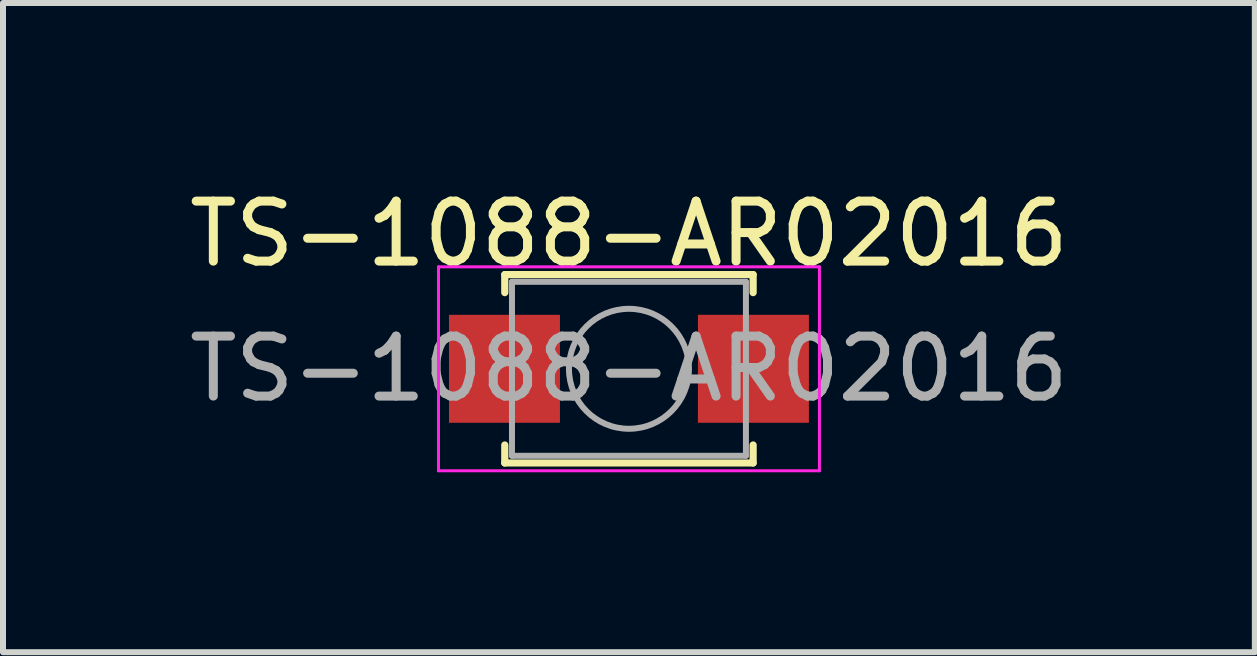
<source format=kicad_pcb>
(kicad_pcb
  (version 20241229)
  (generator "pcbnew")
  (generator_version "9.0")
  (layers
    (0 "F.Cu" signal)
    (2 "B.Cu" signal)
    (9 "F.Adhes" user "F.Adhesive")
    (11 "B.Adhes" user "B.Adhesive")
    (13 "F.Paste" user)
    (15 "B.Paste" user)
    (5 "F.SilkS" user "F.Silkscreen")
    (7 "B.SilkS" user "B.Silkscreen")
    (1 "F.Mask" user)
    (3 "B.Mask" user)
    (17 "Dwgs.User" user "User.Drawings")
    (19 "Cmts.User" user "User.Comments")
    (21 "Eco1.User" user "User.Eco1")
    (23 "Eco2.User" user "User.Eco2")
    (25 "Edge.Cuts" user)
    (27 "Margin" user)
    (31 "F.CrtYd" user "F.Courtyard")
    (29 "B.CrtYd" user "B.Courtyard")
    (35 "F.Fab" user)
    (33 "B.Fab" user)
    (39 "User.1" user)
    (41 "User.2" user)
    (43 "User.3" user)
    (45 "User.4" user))
  (footprint "TS-1088-AR02016"
    (layer "F.Cu")
    (at 7.435 3.098)
    (property "Reference" "TS-1088-AR02016" (at 0 -2.25 0) (layer "F.SilkS") (effects (font (size 1 1) (thickness 0.15))))
    (attr smd)
    (fp_line (start -2.07 -1.57) (end 2.07 -1.57) (stroke (width 0.12) (type solid)) (layer "F.SilkS"))
    (fp_line (start -2.07 -1.27) (end -2.07 -1.57) (stroke (width 0.12) (type solid)) (layer "F.SilkS"))
    (fp_line (start -2.07 1.57) (end -2.07 1.27) (stroke (width 0.12) (type solid)) (layer "F.SilkS"))
    (fp_line (start 2.07 -1.57) (end 2.07 -1.27) (stroke (width 0.12) (type solid)) (layer "F.SilkS"))
    (fp_line (start 2.07 1.27) (end 2.07 1.57) (stroke (width 0.12) (type solid)) (layer "F.SilkS"))
    (fp_line (start 2.07 1.57) (end -2.07 1.57) (stroke (width 0.12) (type solid)) (layer "F.SilkS"))
    (fp_line (start -3.175 -1.7) (end 3.175 -1.7) (stroke (width 0.05) (type solid)) (layer "F.CrtYd"))
    (fp_line (start -3.175 1.7) (end -3.175 -1.7) (stroke (width 0.05) (type solid)) (layer "F.CrtYd"))
    (fp_line (start 3.175 -1.7) (end 3.175 1.7) (stroke (width 0.05) (type solid)) (layer "F.CrtYd"))
    (fp_line (start 3.175 1.7) (end -3.175 1.7) (stroke (width 0.05) (type solid)) (layer "F.CrtYd"))
    (fp_line (start -1.95 -1.45) (end 1.95 -1.45) (stroke (width 0.1) (type solid)) (layer "F.Fab"))
    (fp_line (start -1.95 1.45) (end -1.95 -1.45) (stroke (width 0.1) (type solid)) (layer "F.Fab"))
    (fp_line (start 1.95 -1.45) (end 1.95 1.45) (stroke (width 0.1) (type solid)) (layer "F.Fab"))
    (fp_line (start 1.95 1.45) (end -1.95 1.45) (stroke (width 0.1) (type solid)) (layer "F.Fab"))
    (fp_circle (center 0 0) (end 1 0) (stroke (width 0.1) (type solid)) (fill no) (layer "F.Fab"))
    (fp_text user "${REFERENCE}" (at 0 0 0) (layer "F.Fab") (effects (font (size 1 1) (thickness 0.15))))
    (pad "1" smd rect (at -2.075 0) (size 1.85 1.8) (layers "F.Cu" "F.Mask" "F.Paste"))
    (pad "2" smd rect (at 2.075 0) (size 1.85 1.8) (layers "F.Cu" "F.Mask" "F.Paste")))
  (gr_rect
    (start -3 -3)
    (end 17.869 7.823)
    (stroke (width 0.1) (type default))
    (fill no)
    (layer "Edge.Cuts")))
</source>
